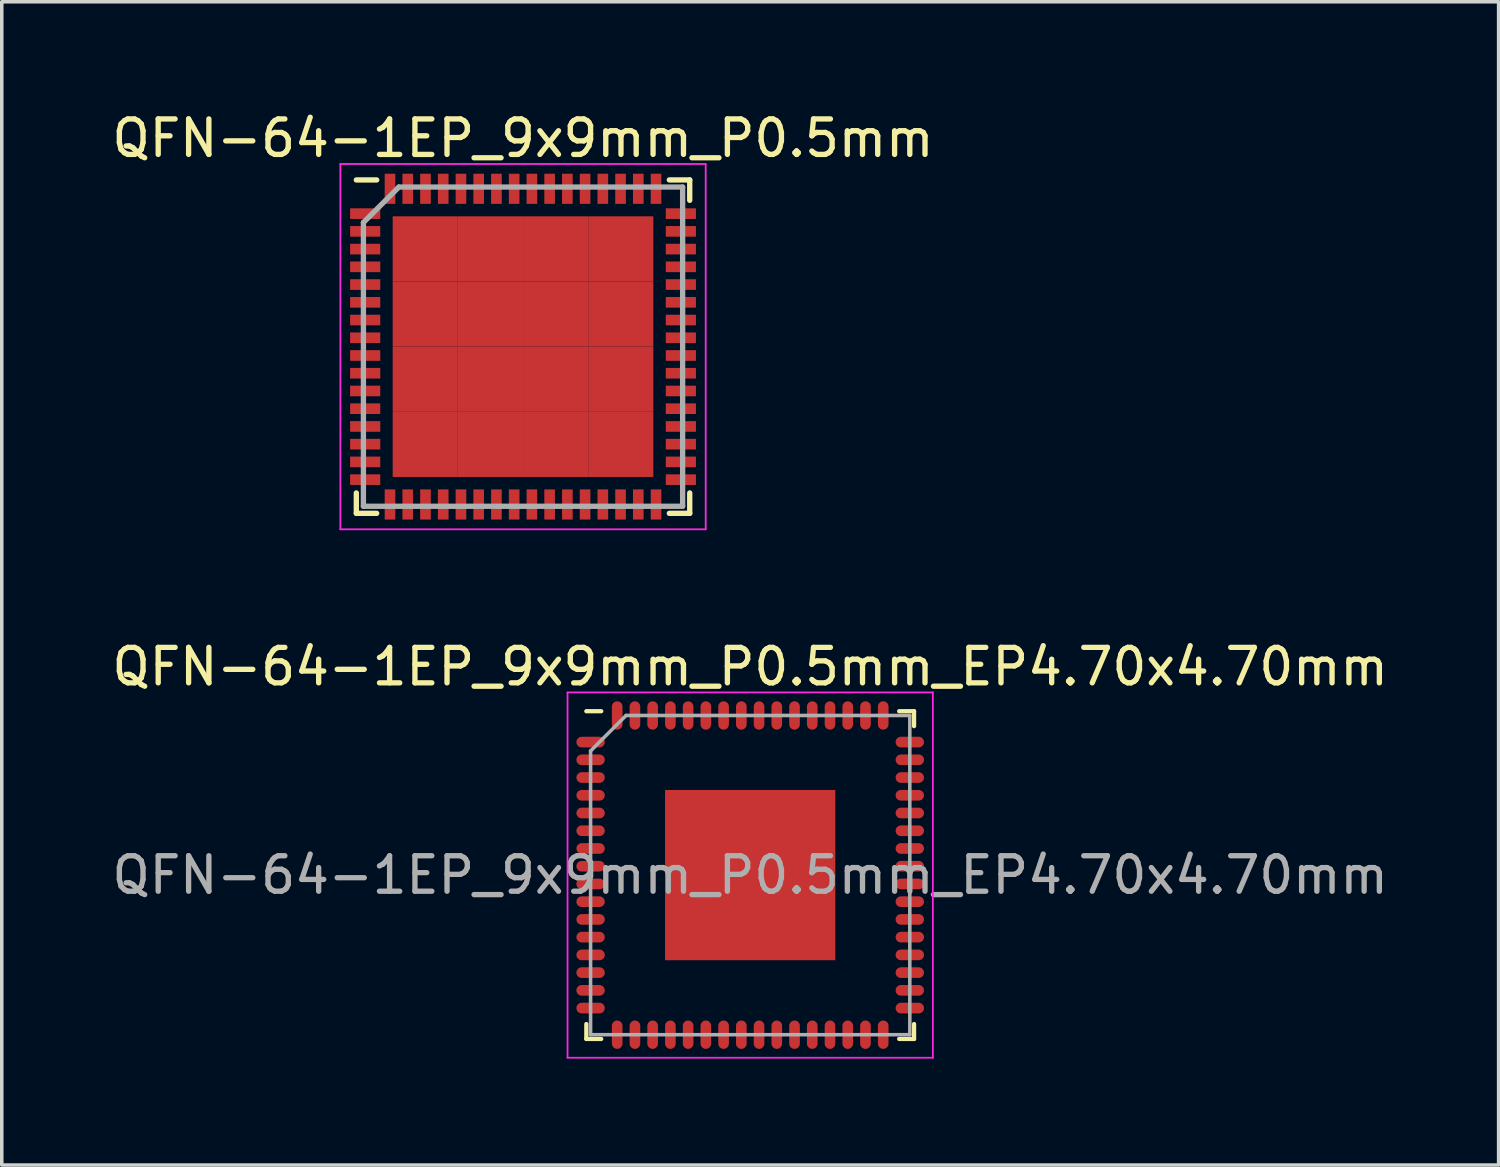
<source format=kicad_pcb>
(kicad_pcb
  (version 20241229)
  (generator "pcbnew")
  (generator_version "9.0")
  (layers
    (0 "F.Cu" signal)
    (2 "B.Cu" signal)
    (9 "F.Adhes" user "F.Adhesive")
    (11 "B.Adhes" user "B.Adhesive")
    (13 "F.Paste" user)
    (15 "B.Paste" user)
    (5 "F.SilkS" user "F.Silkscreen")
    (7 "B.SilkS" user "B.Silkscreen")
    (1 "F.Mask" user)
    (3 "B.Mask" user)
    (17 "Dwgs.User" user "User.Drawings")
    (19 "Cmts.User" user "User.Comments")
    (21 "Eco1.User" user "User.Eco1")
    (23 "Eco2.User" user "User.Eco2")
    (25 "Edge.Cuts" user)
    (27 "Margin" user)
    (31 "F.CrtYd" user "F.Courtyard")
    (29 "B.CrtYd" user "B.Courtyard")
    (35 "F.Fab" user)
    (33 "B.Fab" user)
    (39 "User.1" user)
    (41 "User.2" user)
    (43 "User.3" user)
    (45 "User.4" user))
  (footprint "QFN-64-1EP_9x9mm_P0.5mm"
    (layer "F.Cu")
    (at 11.696 6.723)
    (property "Reference" "QFN-64-1EP_9x9mm_P0.5mm" (at 0 -5.875 0) (layer "F.SilkS") (effects (font (size 1 1) (thickness 0.15))))
    (attr smd)
    (fp_line (start -4.7 -4.7) (end -4.125 -4.7) (stroke (width 0.15) (type solid)) (layer "F.SilkS"))
    (fp_line (start -4.7 4.7) (end -4.7 4.125) (stroke (width 0.15) (type solid)) (layer "F.SilkS"))
    (fp_line (start -4.7 4.7) (end -4.125 4.7) (stroke (width 0.15) (type solid)) (layer "F.SilkS"))
    (fp_line (start 4.7 -4.7) (end 4.125 -4.7) (stroke (width 0.15) (type solid)) (layer "F.SilkS"))
    (fp_line (start 4.7 -4.7) (end 4.7 -4.125) (stroke (width 0.15) (type solid)) (layer "F.SilkS"))
    (fp_line (start 4.7 4.7) (end 4.125 4.7) (stroke (width 0.15) (type solid)) (layer "F.SilkS"))
    (fp_line (start 4.7 4.7) (end 4.7 4.125) (stroke (width 0.15) (type solid)) (layer "F.SilkS"))
    (fp_line (start -5.15 -5.15) (end -5.15 5.15) (stroke (width 0.05) (type solid)) (layer "F.CrtYd"))
    (fp_line (start -5.15 -5.15) (end 5.15 -5.15) (stroke (width 0.05) (type solid)) (layer "F.CrtYd"))
    (fp_line (start -5.15 5.15) (end 5.15 5.15) (stroke (width 0.05) (type solid)) (layer "F.CrtYd"))
    (fp_line (start 5.15 -5.15) (end 5.15 5.15) (stroke (width 0.05) (type solid)) (layer "F.CrtYd"))
    (fp_line (start -4.5 -3.5) (end -3.5 -4.5) (stroke (width 0.15) (type solid)) (layer "F.Fab"))
    (fp_line (start -4.5 4.5) (end -4.5 -3.5) (stroke (width 0.15) (type solid)) (layer "F.Fab"))
    (fp_line (start -3.5 -4.5) (end 4.5 -4.5) (stroke (width 0.15) (type solid)) (layer "F.Fab"))
    (fp_line (start 4.5 -4.5) (end 4.5 4.5) (stroke (width 0.15) (type solid)) (layer "F.Fab"))
    (fp_line (start 4.5 4.5) (end -4.5 4.5) (stroke (width 0.15) (type solid)) (layer "F.Fab"))
    (pad "1" smd rect (at -4.45 -3.75) (size 0.85 0.3) (layers "F.Cu" "F.Mask" "F.Paste"))
    (pad "2" smd rect (at -4.45 -3.25) (size 0.85 0.3) (layers "F.Cu" "F.Mask" "F.Paste"))
    (pad "3" smd rect (at -4.45 -2.75) (size 0.85 0.3) (layers "F.Cu" "F.Mask" "F.Paste"))
    (pad "4" smd rect (at -4.45 -2.25) (size 0.85 0.3) (layers "F.Cu" "F.Mask" "F.Paste"))
    (pad "5" smd rect (at -4.45 -1.75) (size 0.85 0.3) (layers "F.Cu" "F.Mask" "F.Paste"))
    (pad "6" smd rect (at -4.45 -1.25) (size 0.85 0.3) (layers "F.Cu" "F.Mask" "F.Paste"))
    (pad "7" smd rect (at -4.45 -0.75) (size 0.85 0.3) (layers "F.Cu" "F.Mask" "F.Paste"))
    (pad "8" smd rect (at -4.45 -0.25) (size 0.85 0.3) (layers "F.Cu" "F.Mask" "F.Paste"))
    (pad "9" smd rect (at -4.45 0.25) (size 0.85 0.3) (layers "F.Cu" "F.Mask" "F.Paste"))
    (pad "10" smd rect (at -4.45 0.75) (size 0.85 0.3) (layers "F.Cu" "F.Mask" "F.Paste"))
    (pad "11" smd rect (at -4.45 1.25) (size 0.85 0.3) (layers "F.Cu" "F.Mask" "F.Paste"))
    (pad "12" smd rect (at -4.45 1.75) (size 0.85 0.3) (layers "F.Cu" "F.Mask" "F.Paste"))
    (pad "13" smd rect (at -4.45 2.25) (size 0.85 0.3) (layers "F.Cu" "F.Mask" "F.Paste"))
    (pad "14" smd rect (at -4.45 2.75) (size 0.85 0.3) (layers "F.Cu" "F.Mask" "F.Paste"))
    (pad "15" smd rect (at -4.45 3.25) (size 0.85 0.3) (layers "F.Cu" "F.Mask" "F.Paste"))
    (pad "16" smd rect (at -4.45 3.75) (size 0.85 0.3) (layers "F.Cu" "F.Mask" "F.Paste"))
    (pad "17" smd rect (at -3.75 4.45 90) (size 0.85 0.3) (layers "F.Cu" "F.Mask" "F.Paste"))
    (pad "18" smd rect (at -3.25 4.45 90) (size 0.85 0.3) (layers "F.Cu" "F.Mask" "F.Paste"))
    (pad "19" smd rect (at -2.75 4.45 90) (size 0.85 0.3) (layers "F.Cu" "F.Mask" "F.Paste"))
    (pad "20" smd rect (at -2.25 4.45 90) (size 0.85 0.3) (layers "F.Cu" "F.Mask" "F.Paste"))
    (pad "21" smd rect (at -1.75 4.45 90) (size 0.85 0.3) (layers "F.Cu" "F.Mask" "F.Paste"))
    (pad "22" smd rect (at -1.25 4.45 90) (size 0.85 0.3) (layers "F.Cu" "F.Mask" "F.Paste"))
    (pad "23" smd rect (at -0.75 4.45 90) (size 0.85 0.3) (layers "F.Cu" "F.Mask" "F.Paste"))
    (pad "24" smd rect (at -0.25 4.45 90) (size 0.85 0.3) (layers "F.Cu" "F.Mask" "F.Paste"))
    (pad "25" smd rect (at 0.25 4.45 90) (size 0.85 0.3) (layers "F.Cu" "F.Mask" "F.Paste"))
    (pad "26" smd rect (at 0.75 4.45 90) (size 0.85 0.3) (layers "F.Cu" "F.Mask" "F.Paste"))
    (pad "27" smd rect (at 1.25 4.45 90) (size 0.85 0.3) (layers "F.Cu" "F.Mask" "F.Paste"))
    (pad "28" smd rect (at 1.75 4.45 90) (size 0.85 0.3) (layers "F.Cu" "F.Mask" "F.Paste"))
    (pad "29" smd rect (at 2.25 4.45 90) (size 0.85 0.3) (layers "F.Cu" "F.Mask" "F.Paste"))
    (pad "30" smd rect (at 2.75 4.45 90) (size 0.85 0.3) (layers "F.Cu" "F.Mask" "F.Paste"))
    (pad "31" smd rect (at 3.25 4.45 90) (size 0.85 0.3) (layers "F.Cu" "F.Mask" "F.Paste"))
    (pad "32" smd rect (at 3.75 4.45 90) (size 0.85 0.3) (layers "F.Cu" "F.Mask" "F.Paste"))
    (pad "33" smd rect (at 4.45 3.75) (size 0.85 0.3) (layers "F.Cu" "F.Mask" "F.Paste"))
    (pad "34" smd rect (at 4.45 3.25) (size 0.85 0.3) (layers "F.Cu" "F.Mask" "F.Paste"))
    (pad "35" smd rect (at 4.45 2.75) (size 0.85 0.3) (layers "F.Cu" "F.Mask" "F.Paste"))
    (pad "36" smd rect (at 4.45 2.25) (size 0.85 0.3) (layers "F.Cu" "F.Mask" "F.Paste"))
    (pad "37" smd rect (at 4.45 1.75) (size 0.85 0.3) (layers "F.Cu" "F.Mask" "F.Paste"))
    (pad "38" smd rect (at 4.45 1.25) (size 0.85 0.3) (layers "F.Cu" "F.Mask" "F.Paste"))
    (pad "39" smd rect (at 4.45 0.75) (size 0.85 0.3) (layers "F.Cu" "F.Mask" "F.Paste"))
    (pad "40" smd rect (at 4.45 0.25) (size 0.85 0.3) (layers "F.Cu" "F.Mask" "F.Paste"))
    (pad "41" smd rect (at 4.45 -0.25) (size 0.85 0.3) (layers "F.Cu" "F.Mask" "F.Paste"))
    (pad "42" smd rect (at 4.45 -0.75) (size 0.85 0.3) (layers "F.Cu" "F.Mask" "F.Paste"))
    (pad "43" smd rect (at 4.45 -1.25) (size 0.85 0.3) (layers "F.Cu" "F.Mask" "F.Paste"))
    (pad "44" smd rect (at 4.45 -1.75) (size 0.85 0.3) (layers "F.Cu" "F.Mask" "F.Paste"))
    (pad "45" smd rect (at 4.45 -2.25) (size 0.85 0.3) (layers "F.Cu" "F.Mask" "F.Paste"))
    (pad "46" smd rect (at 4.45 -2.75) (size 0.85 0.3) (layers "F.Cu" "F.Mask" "F.Paste"))
    (pad "47" smd rect (at 4.45 -3.25) (size 0.85 0.3) (layers "F.Cu" "F.Mask" "F.Paste"))
    (pad "48" smd rect (at 4.45 -3.75) (size 0.85 0.3) (layers "F.Cu" "F.Mask" "F.Paste"))
    (pad "49" smd rect (at 3.75 -4.45 90) (size 0.85 0.3) (layers "F.Cu" "F.Mask" "F.Paste"))
    (pad "50" smd rect (at 3.25 -4.45 90) (size 0.85 0.3) (layers "F.Cu" "F.Mask" "F.Paste"))
    (pad "51" smd rect (at 2.75 -4.45 90) (size 0.85 0.3) (layers "F.Cu" "F.Mask" "F.Paste"))
    (pad "52" smd rect (at 2.25 -4.45 90) (size 0.85 0.3) (layers "F.Cu" "F.Mask" "F.Paste"))
    (pad "53" smd rect (at 1.75 -4.45 90) (size 0.85 0.3) (layers "F.Cu" "F.Mask" "F.Paste"))
    (pad "54" smd rect (at 1.25 -4.45 90) (size 0.85 0.3) (layers "F.Cu" "F.Mask" "F.Paste"))
    (pad "55" smd rect (at 0.75 -4.45 90) (size 0.85 0.3) (layers "F.Cu" "F.Mask" "F.Paste"))
    (pad "56" smd rect (at 0.25 -4.45 90) (size 0.85 0.3) (layers "F.Cu" "F.Mask" "F.Paste"))
    (pad "57" smd rect (at -0.25 -4.45 90) (size 0.85 0.3) (layers "F.Cu" "F.Mask" "F.Paste"))
    (pad "58" smd rect (at -0.75 -4.45 90) (size 0.85 0.3) (layers "F.Cu" "F.Mask" "F.Paste"))
    (pad "59" smd rect (at -1.25 -4.45 90) (size 0.85 0.3) (layers "F.Cu" "F.Mask" "F.Paste"))
    (pad "60" smd rect (at -1.75 -4.45 90) (size 0.85 0.3) (layers "F.Cu" "F.Mask" "F.Paste"))
    (pad "61" smd rect (at -2.25 -4.45 90) (size 0.85 0.3) (layers "F.Cu" "F.Mask" "F.Paste"))
    (pad "62" smd rect (at -2.75 -4.45 90) (size 0.85 0.3) (layers "F.Cu" "F.Mask" "F.Paste"))
    (pad "63" smd rect (at -3.25 -4.45 90) (size 0.85 0.3) (layers "F.Cu" "F.Mask" "F.Paste"))
    (pad "64" smd rect (at -3.75 -4.45 90) (size 0.85 0.3) (layers "F.Cu" "F.Mask" "F.Paste"))
    (pad "65" smd rect (at -2.756 -2.756) (size 1.837 1.837) (layers "F.Cu" "F.Mask" "F.Paste"))
    (pad "65" smd rect (at -2.756 -0.919) (size 1.837 1.837) (layers "F.Cu" "F.Mask" "F.Paste"))
    (pad "65" smd rect (at -2.756 0.919) (size 1.837 1.837) (layers "F.Cu" "F.Mask" "F.Paste"))
    (pad "65" smd rect (at -2.756 2.756) (size 1.837 1.837) (layers "F.Cu" "F.Mask" "F.Paste"))
    (pad "65" smd rect (at -0.919 -2.756) (size 1.837 1.837) (layers "F.Cu" "F.Mask" "F.Paste"))
    (pad "65" smd rect (at -0.919 -0.919) (size 1.837 1.837) (layers "F.Cu" "F.Mask" "F.Paste"))
    (pad "65" smd rect (at -0.919 0.919) (size 1.837 1.837) (layers "F.Cu" "F.Mask" "F.Paste"))
    (pad "65" smd rect (at -0.919 2.756) (size 1.837 1.837) (layers "F.Cu" "F.Mask" "F.Paste"))
    (pad "65" smd rect (at 0.919 -2.756) (size 1.837 1.837) (layers "F.Cu" "F.Mask" "F.Paste"))
    (pad "65" smd rect (at 0.919 -0.919) (size 1.837 1.837) (layers "F.Cu" "F.Mask" "F.Paste"))
    (pad "65" smd rect (at 0.919 0.919) (size 1.837 1.837) (layers "F.Cu" "F.Mask" "F.Paste"))
    (pad "65" smd rect (at 0.919 2.756) (size 1.837 1.837) (layers "F.Cu" "F.Mask" "F.Paste"))
    (pad "65" smd rect (at 2.756 -2.756) (size 1.837 1.837) (layers "F.Cu" "F.Mask" "F.Paste"))
    (pad "65" smd rect (at 2.756 -0.919) (size 1.837 1.837) (layers "F.Cu" "F.Mask" "F.Paste"))
    (pad "65" smd rect (at 2.756 0.919) (size 1.837 1.837) (layers "F.Cu" "F.Mask" "F.Paste"))
    (pad "65" smd rect (at 2.756 2.756) (size 1.837 1.837) (layers "F.Cu" "F.Mask" "F.Paste")))
  (footprint "QFN-64-1EP_9x9mm_P0.5mm_EP4.70x4.70mm"
    (layer "F.Cu")
    (at 18.101 21.622)
    (property "Reference" "QFN-64-1EP_9x9mm_P0.5mm_EP4.70x4.70mm" (at 0 -5.875 0) (layer "F.SilkS") (effects (font (size 1 1) (thickness 0.15))))
    (attr smd)
    (fp_line (start -4.62 -4.62) (end -4.2 -4.62) (stroke (width 0.12) (type solid)) (layer "F.SilkS"))
    (fp_line (start -4.62 4.62) (end -4.62 4.2) (stroke (width 0.12) (type solid)) (layer "F.SilkS"))
    (fp_line (start -4.62 4.62) (end -4.2 4.62) (stroke (width 0.12) (type solid)) (layer "F.SilkS"))
    (fp_line (start 4.62 -4.62) (end 4.2 -4.62) (stroke (width 0.12) (type solid)) (layer "F.SilkS"))
    (fp_line (start 4.62 -4.62) (end 4.62 -4.2) (stroke (width 0.12) (type solid)) (layer "F.SilkS"))
    (fp_line (start 4.62 4.62) (end 4.2 4.62) (stroke (width 0.12) (type solid)) (layer "F.SilkS"))
    (fp_line (start 4.62 4.62) (end 4.62 4.2) (stroke (width 0.12) (type solid)) (layer "F.SilkS"))
    (fp_line (start -5.15 -5.15) (end -5.15 5.15) (stroke (width 0.05) (type solid)) (layer "F.CrtYd"))
    (fp_line (start -5.15 -5.15) (end 5.15 -5.15) (stroke (width 0.05) (type solid)) (layer "F.CrtYd"))
    (fp_line (start -5.15 5.15) (end 5.15 5.15) (stroke (width 0.05) (type solid)) (layer "F.CrtYd"))
    (fp_line (start 5.15 -5.15) (end 5.15 5.15) (stroke (width 0.05) (type solid)) (layer "F.CrtYd"))
    (fp_line (start -4.5 -3.5) (end -3.5 -4.5) (stroke (width 0.1) (type solid)) (layer "F.Fab"))
    (fp_line (start -4.5 4.5) (end -4.5 -3.5) (stroke (width 0.1) (type solid)) (layer "F.Fab"))
    (fp_line (start -3.5 -4.5) (end 4.5 -4.5) (stroke (width 0.1) (type solid)) (layer "F.Fab"))
    (fp_line (start 4.5 -4.5) (end 4.5 4.5) (stroke (width 0.1) (type solid)) (layer "F.Fab"))
    (fp_line (start 4.5 4.5) (end -4.5 4.5) (stroke (width 0.1) (type solid)) (layer "F.Fab"))
    (fp_text user "${REFERENCE}" (at 0 0 0) (layer "F.Fab") (effects (font (size 1 1) (thickness 0.15))))
    (pad "" smd rect (at -1.4 -1.4) (size 1.19 1.19) (layers "F.Paste"))
    (pad "" smd rect (at -1.4 0) (size 1.19 1.19) (layers "F.Paste"))
    (pad "" smd rect (at -1.4 1.4) (size 1.19 1.19) (layers "F.Paste"))
    (pad "" smd rect (at 0 -1.4) (size 1.19 1.19) (layers "F.Paste"))
    (pad "" smd rect (at 0 0) (size 1.19 1.19) (layers "F.Paste"))
    (pad "" smd rect (at 0 1.4) (size 1.19 1.19) (layers "F.Paste"))
    (pad "" smd rect (at 1.4 -1.4) (size 1.19 1.19) (layers "F.Paste"))
    (pad "" smd rect (at 1.4 0) (size 1.19 1.19) (layers "F.Paste"))
    (pad "" smd rect (at 1.4 1.4) (size 1.19 1.19) (layers "F.Paste"))
    (pad "1" smd oval (at -4.5 -3.75) (size 0.8 0.3) (layers "F.Cu" "F.Mask" "F.Paste"))
    (pad "2" smd oval (at -4.5 -3.25) (size 0.8 0.3) (layers "F.Cu" "F.Mask" "F.Paste"))
    (pad "3" smd oval (at -4.5 -2.75) (size 0.8 0.3) (layers "F.Cu" "F.Mask" "F.Paste"))
    (pad "4" smd oval (at -4.5 -2.25) (size 0.8 0.3) (layers "F.Cu" "F.Mask" "F.Paste"))
    (pad "5" smd oval (at -4.5 -1.75) (size 0.8 0.3) (layers "F.Cu" "F.Mask" "F.Paste"))
    (pad "6" smd oval (at -4.5 -1.25) (size 0.8 0.3) (layers "F.Cu" "F.Mask" "F.Paste"))
    (pad "7" smd oval (at -4.5 -0.75) (size 0.8 0.3) (layers "F.Cu" "F.Mask" "F.Paste"))
    (pad "8" smd oval (at -4.5 -0.25) (size 0.8 0.3) (layers "F.Cu" "F.Mask" "F.Paste"))
    (pad "9" smd oval (at -4.5 0.25) (size 0.8 0.3) (layers "F.Cu" "F.Mask" "F.Paste"))
    (pad "10" smd oval (at -4.5 0.75) (size 0.8 0.3) (layers "F.Cu" "F.Mask" "F.Paste"))
    (pad "11" smd oval (at -4.5 1.25) (size 0.8 0.3) (layers "F.Cu" "F.Mask" "F.Paste"))
    (pad "12" smd oval (at -4.5 1.75) (size 0.8 0.3) (layers "F.Cu" "F.Mask" "F.Paste"))
    (pad "13" smd oval (at -4.5 2.25) (size 0.8 0.3) (layers "F.Cu" "F.Mask" "F.Paste"))
    (pad "14" smd oval (at -4.5 2.75) (size 0.8 0.3) (layers "F.Cu" "F.Mask" "F.Paste"))
    (pad "15" smd oval (at -4.5 3.25) (size 0.8 0.3) (layers "F.Cu" "F.Mask" "F.Paste"))
    (pad "16" smd oval (at -4.5 3.75) (size 0.8 0.3) (layers "F.Cu" "F.Mask" "F.Paste"))
    (pad "17" smd oval (at -3.75 4.5 90) (size 0.8 0.3) (layers "F.Cu" "F.Mask" "F.Paste"))
    (pad "18" smd oval (at -3.25 4.5 90) (size 0.8 0.3) (layers "F.Cu" "F.Mask" "F.Paste"))
    (pad "19" smd oval (at -2.75 4.5 90) (size 0.8 0.3) (layers "F.Cu" "F.Mask" "F.Paste"))
    (pad "20" smd oval (at -2.25 4.5 90) (size 0.8 0.3) (layers "F.Cu" "F.Mask" "F.Paste"))
    (pad "21" smd oval (at -1.75 4.5 90) (size 0.8 0.3) (layers "F.Cu" "F.Mask" "F.Paste"))
    (pad "22" smd oval (at -1.25 4.5 90) (size 0.8 0.3) (layers "F.Cu" "F.Mask" "F.Paste"))
    (pad "23" smd oval (at -0.75 4.5 90) (size 0.8 0.3) (layers "F.Cu" "F.Mask" "F.Paste"))
    (pad "24" smd oval (at -0.25 4.5 90) (size 0.8 0.3) (layers "F.Cu" "F.Mask" "F.Paste"))
    (pad "25" smd oval (at 0.25 4.5 90) (size 0.8 0.3) (layers "F.Cu" "F.Mask" "F.Paste"))
    (pad "26" smd oval (at 0.75 4.5 90) (size 0.8 0.3) (layers "F.Cu" "F.Mask" "F.Paste"))
    (pad "27" smd oval (at 1.25 4.5 90) (size 0.8 0.3) (layers "F.Cu" "F.Mask" "F.Paste"))
    (pad "28" smd oval (at 1.75 4.5 90) (size 0.8 0.3) (layers "F.Cu" "F.Mask" "F.Paste"))
    (pad "29" smd oval (at 2.25 4.5 90) (size 0.8 0.3) (layers "F.Cu" "F.Mask" "F.Paste"))
    (pad "30" smd oval (at 2.75 4.5 90) (size 0.8 0.3) (layers "F.Cu" "F.Mask" "F.Paste"))
    (pad "31" smd oval (at 3.25 4.5 90) (size 0.8 0.3) (layers "F.Cu" "F.Mask" "F.Paste"))
    (pad "32" smd oval (at 3.75 4.5 90) (size 0.8 0.3) (layers "F.Cu" "F.Mask" "F.Paste"))
    (pad "33" smd oval (at 4.5 3.75) (size 0.8 0.3) (layers "F.Cu" "F.Mask" "F.Paste"))
    (pad "34" smd oval (at 4.5 3.25) (size 0.8 0.3) (layers "F.Cu" "F.Mask" "F.Paste"))
    (pad "35" smd oval (at 4.5 2.75) (size 0.8 0.3) (layers "F.Cu" "F.Mask" "F.Paste"))
    (pad "36" smd oval (at 4.5 2.25) (size 0.8 0.3) (layers "F.Cu" "F.Mask" "F.Paste"))
    (pad "37" smd oval (at 4.5 1.75) (size 0.8 0.3) (layers "F.Cu" "F.Mask" "F.Paste"))
    (pad "38" smd oval (at 4.5 1.25) (size 0.8 0.3) (layers "F.Cu" "F.Mask" "F.Paste"))
    (pad "39" smd oval (at 4.5 0.75) (size 0.8 0.3) (layers "F.Cu" "F.Mask" "F.Paste"))
    (pad "40" smd oval (at 4.5 0.25) (size 0.8 0.3) (layers "F.Cu" "F.Mask" "F.Paste"))
    (pad "41" smd oval (at 4.5 -0.25) (size 0.8 0.3) (layers "F.Cu" "F.Mask" "F.Paste"))
    (pad "42" smd oval (at 4.5 -0.75) (size 0.8 0.3) (layers "F.Cu" "F.Mask" "F.Paste"))
    (pad "43" smd oval (at 4.5 -1.25) (size 0.8 0.3) (layers "F.Cu" "F.Mask" "F.Paste"))
    (pad "44" smd oval (at 4.5 -1.75) (size 0.8 0.3) (layers "F.Cu" "F.Mask" "F.Paste"))
    (pad "45" smd oval (at 4.5 -2.25) (size 0.8 0.3) (layers "F.Cu" "F.Mask" "F.Paste"))
    (pad "46" smd oval (at 4.5 -2.75) (size 0.8 0.3) (layers "F.Cu" "F.Mask" "F.Paste"))
    (pad "47" smd oval (at 4.5 -3.25) (size 0.8 0.3) (layers "F.Cu" "F.Mask" "F.Paste"))
    (pad "48" smd oval (at 4.5 -3.75) (size 0.8 0.3) (layers "F.Cu" "F.Mask" "F.Paste"))
    (pad "49" smd oval (at 3.75 -4.5 90) (size 0.8 0.3) (layers "F.Cu" "F.Mask" "F.Paste"))
    (pad "50" smd oval (at 3.25 -4.5 90) (size 0.8 0.3) (layers "F.Cu" "F.Mask" "F.Paste"))
    (pad "51" smd oval (at 2.75 -4.5 90) (size 0.8 0.3) (layers "F.Cu" "F.Mask" "F.Paste"))
    (pad "52" smd oval (at 2.25 -4.5 90) (size 0.8 0.3) (layers "F.Cu" "F.Mask" "F.Paste"))
    (pad "53" smd oval (at 1.75 -4.5 90) (size 0.8 0.3) (layers "F.Cu" "F.Mask" "F.Paste"))
    (pad "54" smd oval (at 1.25 -4.5 90) (size 0.8 0.3) (layers "F.Cu" "F.Mask" "F.Paste"))
    (pad "55" smd oval (at 0.75 -4.5 90) (size 0.8 0.3) (layers "F.Cu" "F.Mask" "F.Paste"))
    (pad "56" smd oval (at 0.25 -4.5 90) (size 0.8 0.3) (layers "F.Cu" "F.Mask" "F.Paste"))
    (pad "57" smd oval (at -0.25 -4.5 90) (size 0.8 0.3) (layers "F.Cu" "F.Mask" "F.Paste"))
    (pad "58" smd oval (at -0.75 -4.5 90) (size 0.8 0.3) (layers "F.Cu" "F.Mask" "F.Paste"))
    (pad "59" smd oval (at -1.25 -4.5 90) (size 0.8 0.3) (layers "F.Cu" "F.Mask" "F.Paste"))
    (pad "60" smd oval (at -1.75 -4.5 90) (size 0.8 0.3) (layers "F.Cu" "F.Mask" "F.Paste"))
    (pad "61" smd oval (at -2.25 -4.5 90) (size 0.8 0.3) (layers "F.Cu" "F.Mask" "F.Paste"))
    (pad "62" smd oval (at -2.75 -4.5 90) (size 0.8 0.3) (layers "F.Cu" "F.Mask" "F.Paste"))
    (pad "63" smd oval (at -3.25 -4.5 90) (size 0.8 0.3) (layers "F.Cu" "F.Mask" "F.Paste"))
    (pad "64" smd oval (at -3.75 -4.5 90) (size 0.8 0.3) (layers "F.Cu" "F.Mask" "F.Paste"))
    (pad "65" smd rect (at 0 0) (size 4.8 4.8) (layers "F.Cu" "F.Mask")))
  (gr_rect
    (start -3 -3)
    (end 39.202 29.797)
    (stroke (width 0.1) (type default))
    (fill no)
    (layer "Edge.Cuts")))
</source>
